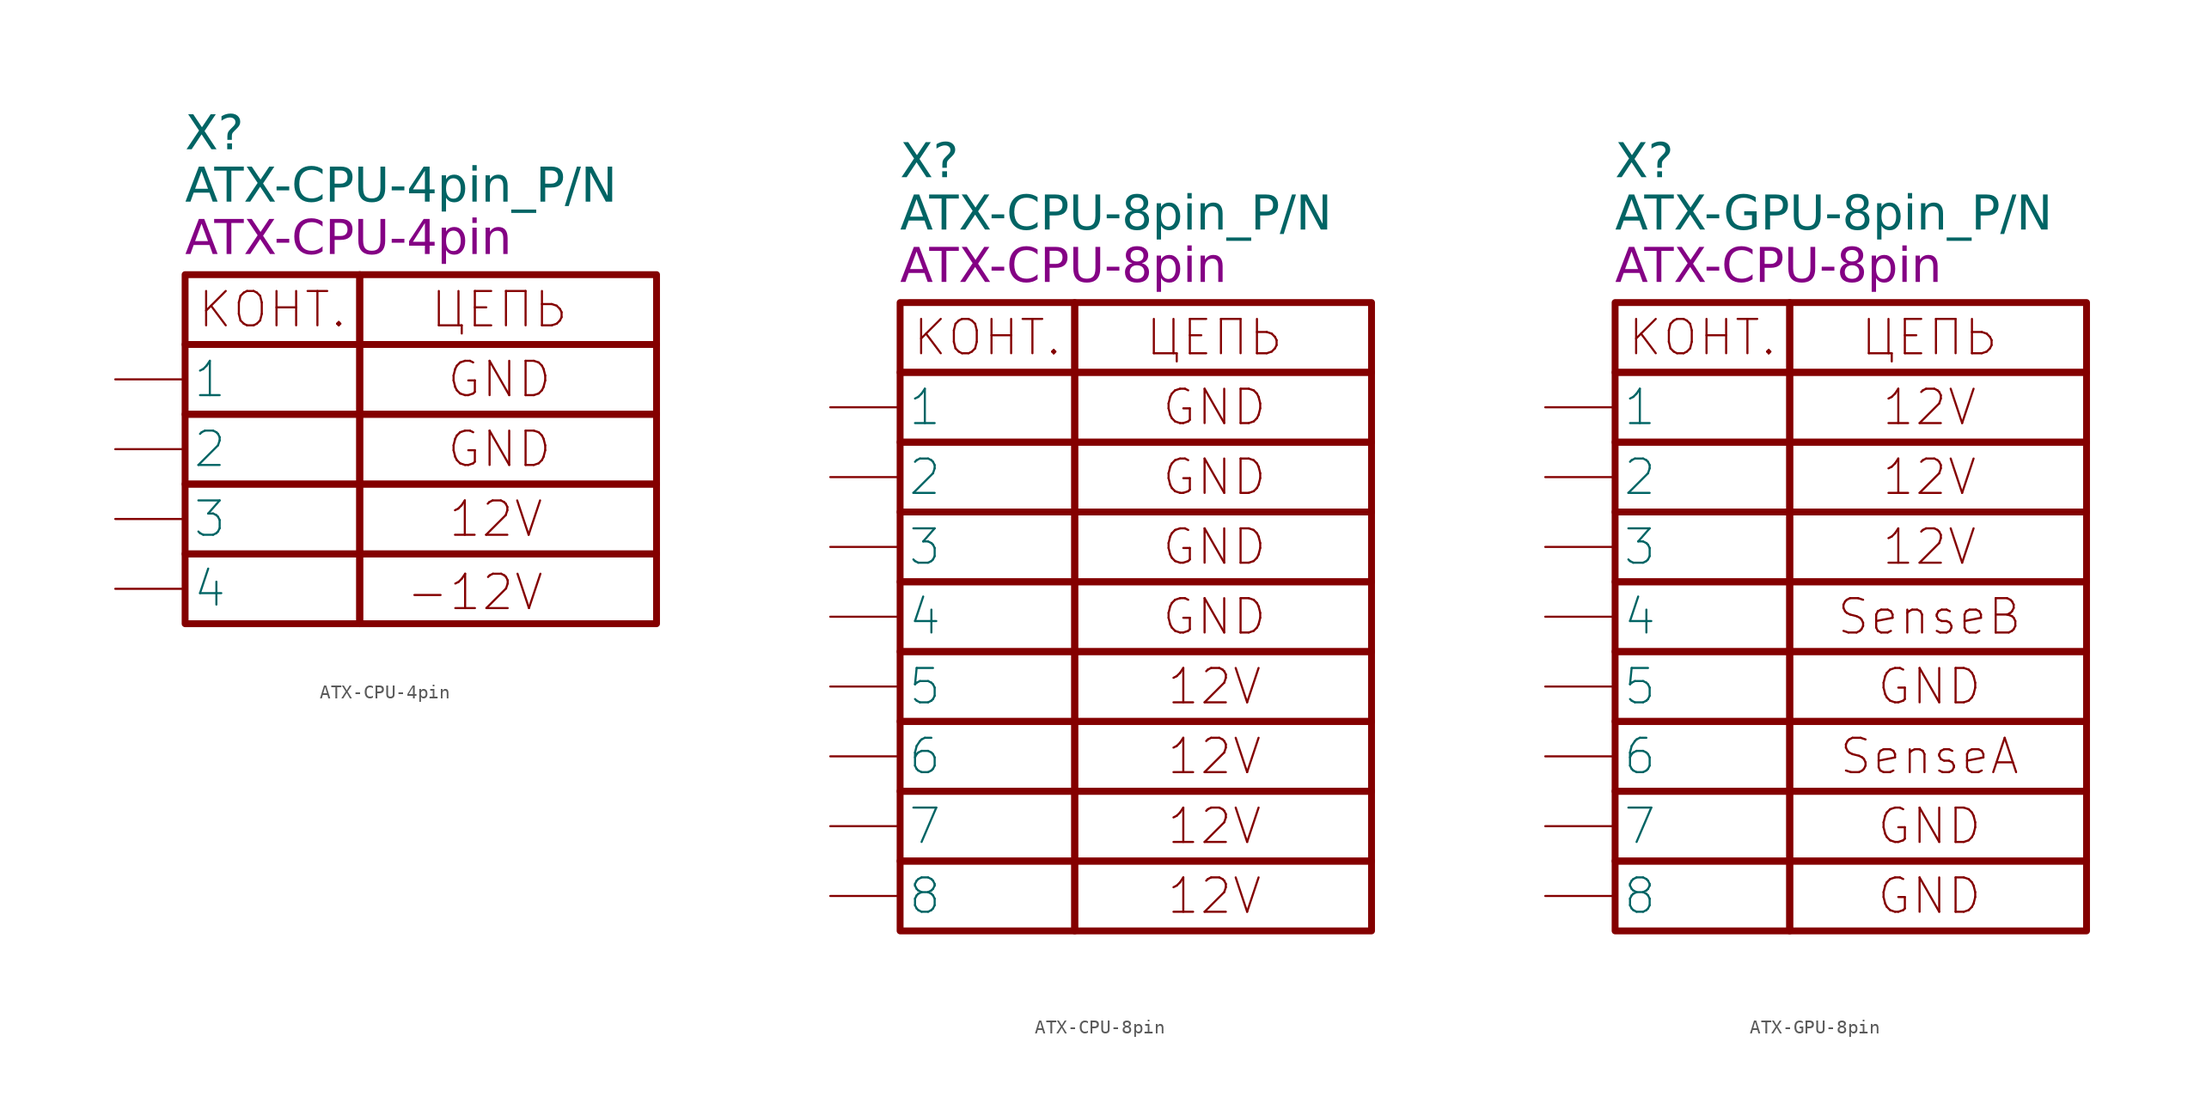
<source format=kicad_sym>
(kicad_symbol_lib
  (version 20241209)
  (generator "kicad_symbol_editor")
  (generator_version "9.0")
  (symbol "ATX-CPU-4pin"
    (pin_numbers
      (hide yes))
    (property "Reference" "X"
      (at -12.7 10.16 0)
      (effects (font (face "GOST type A") (size 2.5 2.5) (italic yes)) (justify left)))
    (property "Value" "ATX-CPU-4pin_P/N"
      (at -12.7 6.35 0)
      (effects (font (face "GOST type A") (size 2.5 2.5) (italic yes)) (justify left)))
    (property "Name" "ATX-CPU-4pin"
      (at -12.7 2.54 0)
      (effects (font (face "GOST type A") (size 2.5 2.5) (italic yes)) (justify left)))
    (symbol "ATX-CPU-4pin_0_1"
      (rectangle (start -12.7 0) (end 0 -5.08) (stroke (width 0.5) (type default)) (fill (type none)))
      (rectangle (start -12.7 -5.08) (end 0 -10.16) (stroke (width 0.5) (type default)) (fill (type none)))
      (rectangle (start -12.7 -10.16) (end 0 -15.24) (stroke (width 0.5) (type default)) (fill (type none)))
      (rectangle (start -12.7 -15.24) (end 0 -20.32) (stroke (width 0.5) (type default)) (fill (type none)))
      (rectangle (start -12.7 -20.32) (end 0 -25.4) (stroke (width 0.5) (type default)) (fill (type none)))
      (rectangle (start 0 0) (end 21.59 -5.08) (stroke (width 0.5) (type default)) (fill (type none)))
      (text "КОНТ." (at -6.35 -2.54 0) (effects (font (size 2.5 2.5))))
      (text "ЦЕПЬ" (at 10.16 -2.54 0) (effects (font (size 2.5 2.5)))))
    (symbol "ATX-CPU-4pin_1_1"
      (rectangle (start 0 -10.16) (end 21.59 -5.08) (stroke (width 0.5) (type default)) (fill (type none)))
      (rectangle (start 0 -15.24) (end 21.59 -10.16) (stroke (width 0.5) (type default)) (fill (type none)))
      (rectangle (start 0 -15.24) (end 21.59 -20.32) (stroke (width 0.5) (type default)) (fill (type none)))
      (rectangle (start 0 -25.4) (end 21.59 -20.32) (stroke (width 0.5) (type default)) (fill (type none)))
      (text "-12V" (at 8.382 -23.114 0) (effects (font (size 2.5 2.5))))
      (text "12V" (at 9.906 -17.78 0) (effects (font (size 2.5 2.5))))
      (text "GND" (at 10.16 -7.62 0) (effects (font (size 2.5 2.5))))
      (text "GND" (at 10.16 -12.7 0) (effects (font (size 2.5 2.5))))
      (pin passive line (at -17.78 -7.62 0) (length 5.08) (name "1" (effects (font (size 2.5 2.5)))) (number "1" (effects (font (size 2.5 2.5)))))
      (pin passive line (at -17.78 -12.7 0) (length 5.08) (name "2" (effects (font (size 2.5 2.5)))) (number "2" (effects (font (size 2.5 2.5)))))
      (pin power_out line (at -17.78 -17.78 0) (length 5.08) (name "3" (effects (font (size 2.5 2.5)))) (number "3" (effects (font (size 2.5 2.5)))))
      (pin power_out line (at -17.78 -22.86 0) (length 5.08) (name "4" (effects (font (size 2.5 2.5)))) (number "4" (effects (font (size 2.5 2.5)))))))
  (symbol "ATX-CPU-8pin"
    (pin_numbers
      (hide yes))
    (property "Reference" "X"
      (at -12.7 10.16 0)
      (effects (font (face "GOST type A") (size 2.5 2.5) (italic yes)) (justify left)))
    (property "Value" "ATX-CPU-8pin_P/N"
      (at -12.7 6.35 0)
      (effects (font (face "GOST type A") (size 2.5 2.5) (italic yes)) (justify left)))
    (property "Name" "ATX-CPU-8pin"
      (at -12.7 2.54 0)
      (effects (font (face "GOST type A") (size 2.5 2.5) (italic yes)) (justify left)))
    (symbol "ATX-CPU-8pin_0_1"
      (rectangle (start -12.7 0) (end 0 -5.08) (stroke (width 0.5) (type default)) (fill (type none)))
      (rectangle (start -12.7 -5.08) (end 0 -10.16) (stroke (width 0.5) (type default)) (fill (type none)))
      (rectangle (start -12.7 -10.16) (end 0 -15.24) (stroke (width 0.5) (type default)) (fill (type none)))
      (rectangle (start -12.7 -15.24) (end 0 -20.32) (stroke (width 0.5) (type default)) (fill (type none)))
      (rectangle (start -12.7 -20.32) (end 0 -25.4) (stroke (width 0.5) (type default)) (fill (type none)))
      (rectangle (start -12.7 -25.4) (end 0 -30.48) (stroke (width 0.5) (type default)) (fill (type none)))
      (rectangle (start -12.7 -30.48) (end 0 -35.56) (stroke (width 0.5) (type default)) (fill (type none)))
      (rectangle (start -12.7 -35.56) (end 0 -40.64) (stroke (width 0.5) (type default)) (fill (type none)))
      (rectangle (start -12.7 -40.64) (end 0 -45.72) (stroke (width 0.5) (type default)) (fill (type none)))
      (rectangle (start 0 0) (end 21.59 -5.08) (stroke (width 0.5) (type default)) (fill (type none)))
      (text "КОНТ." (at -6.35 -2.54 0) (effects (font (size 2.5 2.5))))
      (text "ЦЕПЬ" (at 10.16 -2.54 0) (effects (font (size 2.5 2.5)))))
    (symbol "ATX-CPU-8pin_1_1"
      (rectangle (start 0 -10.16) (end 21.59 -5.08) (stroke (width 0.5) (type default)) (fill (type none)))
      (rectangle (start 0 -15.24) (end 21.59 -10.16) (stroke (width 0.5) (type default)) (fill (type none)))
      (rectangle (start 0 -15.24) (end 21.59 -20.32) (stroke (width 0.5) (type default)) (fill (type none)))
      (rectangle (start 0 -25.4) (end 21.59 -20.32) (stroke (width 0.5) (type default)) (fill (type none)))
      (rectangle (start 0 -30.48) (end 21.59 -25.4) (stroke (width 0.5) (type default)) (fill (type none)))
      (rectangle (start 0 -35.56) (end 21.59 -30.48) (stroke (width 0.5) (type default)) (fill (type none)))
      (rectangle (start 0 -40.64) (end 21.59 -35.56) (stroke (width 0.5) (type default)) (fill (type none)))
      (rectangle (start 0 -45.72) (end 21.59 -40.64) (stroke (width 0.5) (type default)) (fill (type none)))
      (text "GND" (at 10.16 -7.62 0) (effects (font (size 2.5 2.5))))
      (text "GND" (at 10.16 -12.7 0) (effects (font (size 2.5 2.5))))
      (text "GND" (at 10.16 -17.78 0) (effects (font (size 2.5 2.5))))
      (text "GND" (at 10.16 -22.86 0) (effects (font (size 2.5 2.5))))
      (text "12V" (at 10.16 -27.94 0) (effects (font (size 2.5 2.5))))
      (text "12V" (at 10.16 -33.02 0) (effects (font (size 2.5 2.5))))
      (text "12V" (at 10.16 -38.1 0) (effects (font (size 2.5 2.5))))
      (text "12V" (at 10.16 -43.18 0) (effects (font (size 2.5 2.5))))
      (pin power_out line (at -17.78 -7.62 0) (length 5.08) (name "1" (effects (font (size 2.5 2.5)))) (number "1" (effects (font (size 2.5 2.5)))))
      (pin passive line (at -17.78 -12.7 0) (length 5.08) (name "2" (effects (font (size 2.5 2.5)))) (number "2" (effects (font (size 2.5 2.5)))))
      (pin passive line (at -17.78 -17.78 0) (length 5.08) (name "3" (effects (font (size 2.5 2.5)))) (number "3" (effects (font (size 2.5 2.5)))))
      (pin passive line (at -17.78 -22.86 0) (length 5.08) (name "4" (effects (font (size 2.5 2.5)))) (number "4" (effects (font (size 2.5 2.5)))))
      (pin power_out line (at -17.78 -27.94 0) (length 5.08) (name "5" (effects (font (size 2.5 2.5)))) (number "5" (effects (font (size 2.5 2.5)))))
      (pin passive line (at -17.78 -33.02 0) (length 5.08) (name "6" (effects (font (size 2.5 2.5)))) (number "6" (effects (font (size 2.5 2.5)))))
      (pin passive line (at -17.78 -38.1 0) (length 5.08) (name "7" (effects (font (size 2.5 2.5)))) (number "7" (effects (font (size 2.5 2.5)))))
      (pin passive line (at -17.78 -43.18 0) (length 5.08) (name "8" (effects (font (size 2.5 2.5)))) (number "8" (effects (font (size 2.5 2.5)))))))
  (symbol "ATX-GPU-8pin"
    (pin_numbers
      (hide yes))
    (property "Reference" "X"
      (at -12.7 10.16 0)
      (effects (font (face "GOST type A") (size 2.5 2.5) (italic yes)) (justify left)))
    (property "Value" "ATX-GPU-8pin_P/N"
      (at -12.7 6.35 0)
      (effects (font (face "GOST type A") (size 2.5 2.5) (italic yes)) (justify left)))
    (property "Name" "ATX-CPU-8pin"
      (at -12.7 2.54 0)
      (effects (font (face "GOST type A") (size 2.5 2.5) (italic yes)) (justify left)))
    (symbol "ATX-GPU-8pin_0_1"
      (rectangle (start -12.7 0) (end 0 -5.08) (stroke (width 0.5) (type default)) (fill (type none)))
      (rectangle (start -12.7 -5.08) (end 0 -10.16) (stroke (width 0.5) (type default)) (fill (type none)))
      (rectangle (start -12.7 -10.16) (end 0 -15.24) (stroke (width 0.5) (type default)) (fill (type none)))
      (rectangle (start -12.7 -15.24) (end 0 -20.32) (stroke (width 0.5) (type default)) (fill (type none)))
      (rectangle (start -12.7 -20.32) (end 0 -25.4) (stroke (width 0.5) (type default)) (fill (type none)))
      (rectangle (start -12.7 -25.4) (end 0 -30.48) (stroke (width 0.5) (type default)) (fill (type none)))
      (rectangle (start -12.7 -30.48) (end 0 -35.56) (stroke (width 0.5) (type default)) (fill (type none)))
      (rectangle (start -12.7 -35.56) (end 0 -40.64) (stroke (width 0.5) (type default)) (fill (type none)))
      (rectangle (start -12.7 -40.64) (end 0 -45.72) (stroke (width 0.5) (type default)) (fill (type none)))
      (rectangle (start 0 0) (end 21.59 -5.08) (stroke (width 0.5) (type default)) (fill (type none)))
      (text "КОНТ." (at -6.35 -2.54 0) (effects (font (size 2.5 2.5))))
      (text "ЦЕПЬ" (at 10.16 -2.54 0) (effects (font (size 2.5 2.5)))))
    (symbol "ATX-GPU-8pin_1_1"
      (rectangle (start 0 -10.16) (end 21.59 -5.08) (stroke (width 0.5) (type default)) (fill (type none)))
      (rectangle (start 0 -15.24) (end 21.59 -10.16) (stroke (width 0.5) (type default)) (fill (type none)))
      (rectangle (start 0 -15.24) (end 21.59 -20.32) (stroke (width 0.5) (type default)) (fill (type none)))
      (rectangle (start 0 -25.4) (end 21.59 -20.32) (stroke (width 0.5) (type default)) (fill (type none)))
      (rectangle (start 0 -30.48) (end 21.59 -25.4) (stroke (width 0.5) (type default)) (fill (type none)))
      (rectangle (start 0 -35.56) (end 21.59 -30.48) (stroke (width 0.5) (type default)) (fill (type none)))
      (rectangle (start 0 -40.64) (end 21.59 -35.56) (stroke (width 0.5) (type default)) (fill (type none)))
      (rectangle (start 0 -45.72) (end 21.59 -40.64) (stroke (width 0.5) (type default)) (fill (type none)))
      (text "12V" (at 10.16 -7.62 0) (effects (font (size 2.5 2.5))))
      (text "12V" (at 10.16 -12.7 0) (effects (font (size 2.5 2.5))))
      (text "12V" (at 10.16 -17.78 0) (effects (font (size 2.5 2.5))))
      (text "SenseB" (at 10.16 -22.86 0) (effects (font (size 2.5 2.5))))
      (text "GND" (at 10.16 -27.94 0) (effects (font (size 2.5 2.5))))
      (text "SenseA" (at 10.16 -33.02 0) (effects (font (size 2.5 2.5))))
      (text "GND" (at 10.16 -38.1 0) (effects (font (size 2.5 2.5))))
      (text "GND" (at 10.16 -43.18 0) (effects (font (size 2.5 2.5))))
      (pin power_out line (at -17.78 -7.62 0) (length 5.08) (name "1" (effects (font (size 2.5 2.5)))) (number "1" (effects (font (size 2.5 2.5)))))
      (pin passive line (at -17.78 -12.7 0) (length 5.08) (name "2" (effects (font (size 2.5 2.5)))) (number "2" (effects (font (size 2.5 2.5)))))
      (pin passive line (at -17.78 -17.78 0) (length 5.08) (name "3" (effects (font (size 2.5 2.5)))) (number "3" (effects (font (size 2.5 2.5)))))
      (pin passive line (at -17.78 -22.86 0) (length 5.08) (name "4" (effects (font (size 2.5 2.5)))) (number "4" (effects (font (size 2.5 2.5)))))
      (pin power_out line (at -17.78 -27.94 0) (length 5.08) (name "5" (effects (font (size 2.5 2.5)))) (number "5" (effects (font (size 2.5 2.5)))))
      (pin passive line (at -17.78 -33.02 0) (length 5.08) (name "6" (effects (font (size 2.5 2.5)))) (number "6" (effects (font (size 2.5 2.5)))))
      (pin passive line (at -17.78 -38.1 0) (length 5.08) (name "7" (effects (font (size 2.5 2.5)))) (number "7" (effects (font (size 2.5 2.5)))))
      (pin passive line (at -17.78 -43.18 0) (length 5.08) (name "8" (effects (font (size 2.5 2.5)))) (number "8" (effects (font (size 2.5 2.5))))))))
</source>
